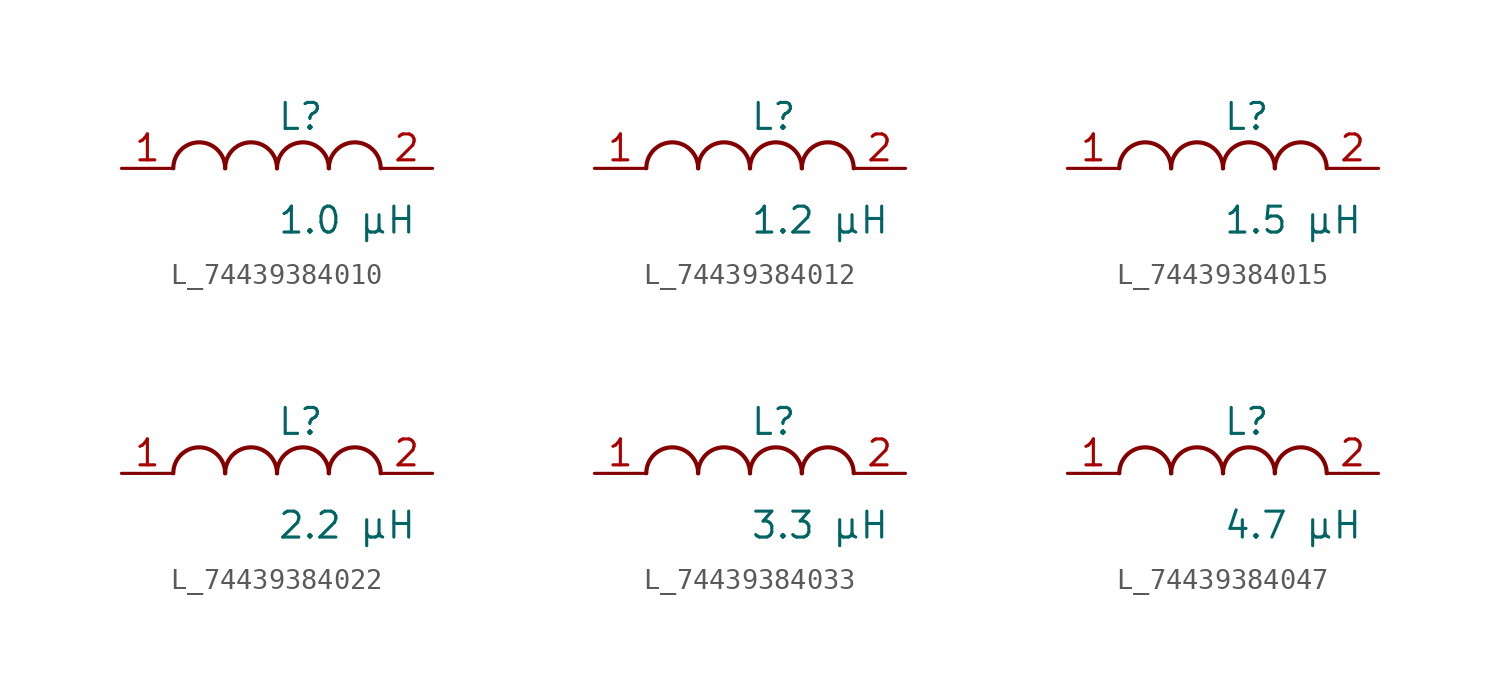
<source format=kicad_sym>
(kicad_symbol_lib
  (version 20231120)
  (generator kicad_symbol_editor)
  (generator_version 8.0)
  (symbol "L_74439384010"
    (pin_names
      (offset 0.254))
    (property "Reference" "L"
      (at 0 2.54 0)
      (effects (font (size 1.27 1.27)) (justify left)))
    (property "Value" "1.0 µH"
      (at 0 -2.54 0)
      (effects (font (size 1.27 1.27)) (justify left)))
    (symbol "L_74439384010_1_1"
      (arc (start -2.54 0.0056) (mid -3.81 1.27) (end -5.08 0.0056) (stroke (width 0.2032) (type default)) (fill (type none)))
      (arc (start 0 0.0056) (mid -1.27 1.27) (end -2.54 0.0056) (stroke (width 0.2032) (type default)) (fill (type none)))
      (arc (start 2.54 0.0056) (mid 1.27 1.27) (end 0 0.0056) (stroke (width 0.2032) (type default)) (fill (type none)))
      (arc (start 5.08 0.0056) (mid 3.81 1.27) (end 2.54 0.0056) (stroke (width 0.2032) (type default)) (fill (type none)))
      (pin unspecified line (at -7.62 0 0) (length 2.54) (name "" (effects (font (size 1.27 1.27)))) (number "1" (effects (font (size 1.27 1.27)))))
      (pin unspecified line (at 7.62 0 180) (length 2.54) (name "" (effects (font (size 1.27 1.27)))) (number "2" (effects (font (size 1.27 1.27)))))))
  (symbol "L_74439384012"
    (pin_names
      (offset 0.254))
    (property "Reference" "L"
      (at 0 2.54 0)
      (effects (font (size 1.27 1.27)) (justify left)))
    (property "Value" "1.2 µH"
      (at 0 -2.54 0)
      (effects (font (size 1.27 1.27)) (justify left)))
    (symbol "L_74439384012_1_1"
      (arc (start -2.54 0.0056) (mid -3.81 1.27) (end -5.08 0.0056) (stroke (width 0.2032) (type default)) (fill (type none)))
      (arc (start 0 0.0056) (mid -1.27 1.27) (end -2.54 0.0056) (stroke (width 0.2032) (type default)) (fill (type none)))
      (arc (start 2.54 0.0056) (mid 1.27 1.27) (end 0 0.0056) (stroke (width 0.2032) (type default)) (fill (type none)))
      (arc (start 5.08 0.0056) (mid 3.81 1.27) (end 2.54 0.0056) (stroke (width 0.2032) (type default)) (fill (type none)))
      (pin unspecified line (at -7.62 0 0) (length 2.54) (name "" (effects (font (size 1.27 1.27)))) (number "1" (effects (font (size 1.27 1.27)))))
      (pin unspecified line (at 7.62 0 180) (length 2.54) (name "" (effects (font (size 1.27 1.27)))) (number "2" (effects (font (size 1.27 1.27)))))))
  (symbol "L_74439384015"
    (pin_names
      (offset 0.254))
    (property "Reference" "L"
      (at 0 2.54 0)
      (effects (font (size 1.27 1.27)) (justify left)))
    (property "Value" "1.5 µH"
      (at 0 -2.54 0)
      (effects (font (size 1.27 1.27)) (justify left)))
    (symbol "L_74439384015_1_1"
      (arc (start -2.54 0.0056) (mid -3.81 1.27) (end -5.08 0.0056) (stroke (width 0.2032) (type default)) (fill (type none)))
      (arc (start 0 0.0056) (mid -1.27 1.27) (end -2.54 0.0056) (stroke (width 0.2032) (type default)) (fill (type none)))
      (arc (start 2.54 0.0056) (mid 1.27 1.27) (end 0 0.0056) (stroke (width 0.2032) (type default)) (fill (type none)))
      (arc (start 5.08 0.0056) (mid 3.81 1.27) (end 2.54 0.0056) (stroke (width 0.2032) (type default)) (fill (type none)))
      (pin unspecified line (at -7.62 0 0) (length 2.54) (name "" (effects (font (size 1.27 1.27)))) (number "1" (effects (font (size 1.27 1.27)))))
      (pin unspecified line (at 7.62 0 180) (length 2.54) (name "" (effects (font (size 1.27 1.27)))) (number "2" (effects (font (size 1.27 1.27)))))))
  (symbol "L_74439384022"
    (pin_names
      (offset 0.254))
    (property "Reference" "L"
      (at 0 2.54 0)
      (effects (font (size 1.27 1.27)) (justify left)))
    (property "Value" "2.2 µH"
      (at 0 -2.54 0)
      (effects (font (size 1.27 1.27)) (justify left)))
    (symbol "L_74439384022_1_1"
      (arc (start -2.54 0.0056) (mid -3.81 1.27) (end -5.08 0.0056) (stroke (width 0.2032) (type default)) (fill (type none)))
      (arc (start 0 0.0056) (mid -1.27 1.27) (end -2.54 0.0056) (stroke (width 0.2032) (type default)) (fill (type none)))
      (arc (start 2.54 0.0056) (mid 1.27 1.27) (end 0 0.0056) (stroke (width 0.2032) (type default)) (fill (type none)))
      (arc (start 5.08 0.0056) (mid 3.81 1.27) (end 2.54 0.0056) (stroke (width 0.2032) (type default)) (fill (type none)))
      (pin unspecified line (at -7.62 0 0) (length 2.54) (name "" (effects (font (size 1.27 1.27)))) (number "1" (effects (font (size 1.27 1.27)))))
      (pin unspecified line (at 7.62 0 180) (length 2.54) (name "" (effects (font (size 1.27 1.27)))) (number "2" (effects (font (size 1.27 1.27)))))))
  (symbol "L_74439384033"
    (pin_names
      (offset 0.254))
    (property "Reference" "L"
      (at 0 2.54 0)
      (effects (font (size 1.27 1.27)) (justify left)))
    (property "Value" "3.3 µH"
      (at 0 -2.54 0)
      (effects (font (size 1.27 1.27)) (justify left)))
    (symbol "L_74439384033_1_1"
      (arc (start -2.54 0.0056) (mid -3.81 1.27) (end -5.08 0.0056) (stroke (width 0.2032) (type default)) (fill (type none)))
      (arc (start 0 0.0056) (mid -1.27 1.27) (end -2.54 0.0056) (stroke (width 0.2032) (type default)) (fill (type none)))
      (arc (start 2.54 0.0056) (mid 1.27 1.27) (end 0 0.0056) (stroke (width 0.2032) (type default)) (fill (type none)))
      (arc (start 5.08 0.0056) (mid 3.81 1.27) (end 2.54 0.0056) (stroke (width 0.2032) (type default)) (fill (type none)))
      (pin unspecified line (at -7.62 0 0) (length 2.54) (name "" (effects (font (size 1.27 1.27)))) (number "1" (effects (font (size 1.27 1.27)))))
      (pin unspecified line (at 7.62 0 180) (length 2.54) (name "" (effects (font (size 1.27 1.27)))) (number "2" (effects (font (size 1.27 1.27)))))))
  (symbol "L_74439384047"
    (pin_names
      (offset 0.254))
    (property "Reference" "L"
      (at 0 2.54 0)
      (effects (font (size 1.27 1.27)) (justify left)))
    (property "Value" "4.7 µH"
      (at 0 -2.54 0)
      (effects (font (size 1.27 1.27)) (justify left)))
    (symbol "L_74439384047_1_1"
      (arc (start -2.54 0.0056) (mid -3.81 1.27) (end -5.08 0.0056) (stroke (width 0.2032) (type default)) (fill (type none)))
      (arc (start 0 0.0056) (mid -1.27 1.27) (end -2.54 0.0056) (stroke (width 0.2032) (type default)) (fill (type none)))
      (arc (start 2.54 0.0056) (mid 1.27 1.27) (end 0 0.0056) (stroke (width 0.2032) (type default)) (fill (type none)))
      (arc (start 5.08 0.0056) (mid 3.81 1.27) (end 2.54 0.0056) (stroke (width 0.2032) (type default)) (fill (type none)))
      (pin unspecified line (at -7.62 0 0) (length 2.54) (name "" (effects (font (size 1.27 1.27)))) (number "1" (effects (font (size 1.27 1.27)))))
      (pin unspecified line (at 7.62 0 180) (length 2.54) (name "" (effects (font (size 1.27 1.27)))) (number "2" (effects (font (size 1.27 1.27))))))))
</source>
